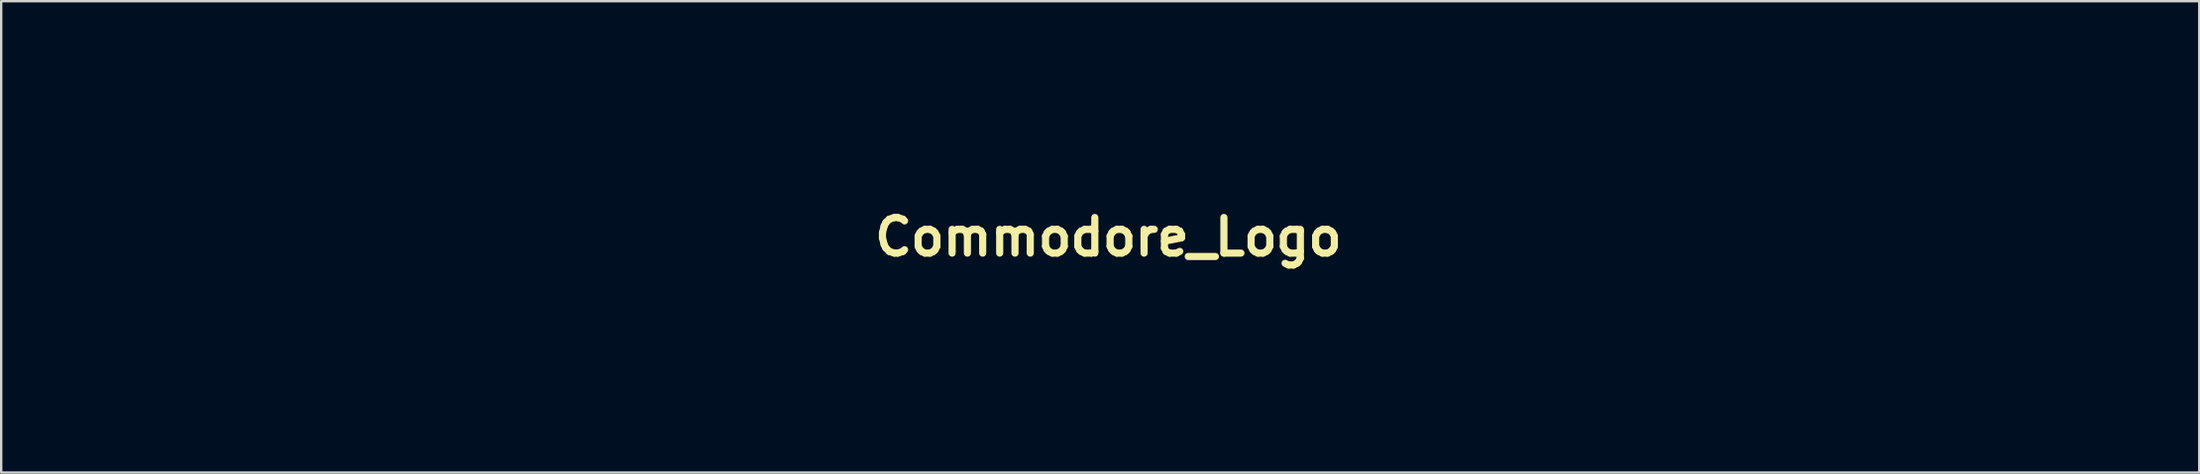
<source format=kicad_pcb>
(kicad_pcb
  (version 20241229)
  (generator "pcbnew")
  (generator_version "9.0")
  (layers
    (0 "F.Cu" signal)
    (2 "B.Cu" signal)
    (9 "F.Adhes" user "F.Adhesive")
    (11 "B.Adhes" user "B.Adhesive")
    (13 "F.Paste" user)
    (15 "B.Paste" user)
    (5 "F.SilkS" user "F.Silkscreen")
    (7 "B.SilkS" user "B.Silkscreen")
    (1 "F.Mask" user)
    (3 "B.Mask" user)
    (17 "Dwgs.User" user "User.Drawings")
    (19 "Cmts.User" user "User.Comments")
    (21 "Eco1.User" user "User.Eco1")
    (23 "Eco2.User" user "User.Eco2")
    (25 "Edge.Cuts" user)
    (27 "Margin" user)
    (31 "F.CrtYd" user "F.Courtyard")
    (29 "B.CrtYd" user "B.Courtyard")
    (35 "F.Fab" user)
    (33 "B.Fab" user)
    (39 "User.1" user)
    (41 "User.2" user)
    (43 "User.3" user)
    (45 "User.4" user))
  (footprint "Commodore_Logo"
    (layer "F.Cu")
    (at 43.557 6.93)
    (property "Reference" "Commodore_Logo" (at 0 0 0) (layer "F.SilkS") (effects (font (size 1.5 1.5) (thickness 0.3))))
    (attr board_only exclude_from_pos_files exclude_from_bom)
    (fp_poly (pts (xy -42.911 3.446) (xy -42.933 3.468) (xy -42.955 3.446) (xy -42.933 3.424)) (stroke (width 0) (type solid)) (fill yes) (layer "F.Mask"))
    (fp_poly (pts (xy -42.695 4.139) (xy -42.716 4.161) (xy -42.738 4.139) (xy -42.716 4.118)) (stroke (width 0) (type solid)) (fill yes) (layer "F.Mask"))
    (fp_poly (pts (xy -41.784 -5.136) (xy -41.806 -5.115) (xy -41.828 -5.136) (xy -41.806 -5.158)) (stroke (width 0) (type solid)) (fill yes) (layer "F.Mask"))
    (fp_poly (pts (xy -41.611 -5.31) (xy -41.633 -5.288) (xy -41.654 -5.31) (xy -41.633 -5.331)) (stroke (width 0) (type solid)) (fill yes) (layer "F.Mask"))
    (fp_poly (pts (xy -41.438 5.483) (xy -41.459 5.505) (xy -41.481 5.483) (xy -41.459 5.461)) (stroke (width 0) (type solid)) (fill yes) (layer "F.Mask"))
    (fp_poly (pts (xy -41.264 -5.743) (xy -41.286 -5.722) (xy -41.308 -5.743) (xy -41.286 -5.765)) (stroke (width 0) (type solid)) (fill yes) (layer "F.Mask"))
    (fp_poly (pts (xy -40.657 -6.09) (xy -40.679 -6.068) (xy -40.701 -6.09) (xy -40.679 -6.112)) (stroke (width 0) (type solid)) (fill yes) (layer "F.Mask"))
    (fp_poly (pts (xy -40.007 1.452) (xy -40.029 1.474) (xy -40.051 1.452) (xy -40.029 1.43)) (stroke (width 0) (type solid)) (fill yes) (layer "F.Mask"))
    (fp_poly (pts (xy -39.704 -1.972) (xy -39.725 -1.951) (xy -39.747 -1.972) (xy -39.725 -1.994)) (stroke (width 0) (type solid)) (fill yes) (layer "F.Mask"))
    (fp_poly (pts (xy -39.184 -2.492) (xy -39.205 -2.471) (xy -39.227 -2.492) (xy -39.205 -2.514)) (stroke (width 0) (type solid)) (fill yes) (layer "F.Mask"))
    (fp_poly (pts (xy -38.577 -2.926) (xy -38.598 -2.904) (xy -38.62 -2.926) (xy -38.598 -2.947)) (stroke (width 0) (type solid)) (fill yes) (layer "F.Mask"))
    (fp_poly (pts (xy -38.273 2.969) (xy -38.295 2.991) (xy -38.317 2.969) (xy -38.295 2.947)) (stroke (width 0) (type solid)) (fill yes) (layer "F.Mask"))
    (fp_poly (pts (xy -37.19 3.056) (xy -37.211 3.077) (xy -37.233 3.056) (xy -37.211 3.034)) (stroke (width 0) (type solid)) (fill yes) (layer "F.Mask"))
    (fp_poly (pts (xy -36.41 -2.449) (xy -36.431 -2.427) (xy -36.453 -2.449) (xy -36.431 -2.471)) (stroke (width 0) (type solid)) (fill yes) (layer "F.Mask"))
    (fp_poly (pts (xy -36.323 -2.492) (xy -36.345 -2.471) (xy -36.366 -2.492) (xy -36.345 -2.514)) (stroke (width 0) (type solid)) (fill yes) (layer "F.Mask"))
    (fp_poly (pts (xy -36.323 2.579) (xy -36.345 2.601) (xy -36.366 2.579) (xy -36.345 2.557)) (stroke (width 0) (type solid)) (fill yes) (layer "F.Mask"))
    (fp_poly (pts (xy -36.149 -0.022) (xy -36.171 0) (xy -36.193 -0.022) (xy -36.171 -0.043)) (stroke (width 0) (type solid)) (fill yes) (layer "F.Mask"))
    (fp_poly (pts (xy -35.976 -0.065) (xy -35.998 -0.043) (xy -36.019 -0.065) (xy -35.998 -0.087)) (stroke (width 0) (type solid)) (fill yes) (layer "F.Mask"))
    (fp_poly (pts (xy -35.846 -6.48) (xy -35.868 -6.458) (xy -35.889 -6.48) (xy -35.868 -6.502)) (stroke (width 0) (type solid)) (fill yes) (layer "F.Mask"))
    (fp_poly (pts (xy -35.846 0.108) (xy -35.868 0.13) (xy -35.889 0.108) (xy -35.868 0.087)) (stroke (width 0) (type solid)) (fill yes) (layer "F.Mask"))
    (fp_poly (pts (xy -33.029 0.152) (xy -33.05 0.173) (xy -33.072 0.152) (xy -33.05 0.13)) (stroke (width 0) (type solid)) (fill yes) (layer "F.Mask"))
    (fp_poly (pts (xy -32.812 0.282) (xy -32.834 0.303) (xy -32.855 0.282) (xy -32.834 0.26)) (stroke (width 0) (type solid)) (fill yes) (layer "F.Mask"))
    (fp_poly (pts (xy -32.509 0.455) (xy -32.53 0.477) (xy -32.552 0.455) (xy -32.53 0.433)) (stroke (width 0) (type solid)) (fill yes) (layer "F.Mask"))
    (fp_poly (pts (xy -32.422 0.759) (xy -32.444 0.78) (xy -32.465 0.759) (xy -32.444 0.737)) (stroke (width 0) (type solid)) (fill yes) (layer "F.Mask"))
    (fp_poly (pts (xy -31.598 1.799) (xy -31.62 1.82) (xy -31.642 1.799) (xy -31.62 1.777)) (stroke (width 0) (type solid)) (fill yes) (layer "F.Mask"))
    (fp_poly (pts (xy -31.555 1.885) (xy -31.577 1.907) (xy -31.598 1.885) (xy -31.577 1.864)) (stroke (width 0) (type solid)) (fill yes) (layer "F.Mask"))
    (fp_poly (pts (xy -31.208 2.969) (xy -31.23 2.991) (xy -31.252 2.969) (xy -31.23 2.947)) (stroke (width 0) (type solid)) (fill yes) (layer "F.Mask"))
    (fp_poly (pts (xy -31.078 2.882) (xy -31.1 2.904) (xy -31.122 2.882) (xy -31.1 2.861)) (stroke (width 0) (type solid)) (fill yes) (layer "F.Mask"))
    (fp_poly (pts (xy -28.694 1.409) (xy -28.716 1.43) (xy -28.738 1.409) (xy -28.716 1.387)) (stroke (width 0) (type solid)) (fill yes) (layer "F.Mask"))
    (fp_poly (pts (xy -28.651 -1.669) (xy -28.673 -1.647) (xy -28.694 -1.669) (xy -28.673 -1.69)) (stroke (width 0) (type solid)) (fill yes) (layer "F.Mask"))
    (fp_poly (pts (xy -28.477 2.232) (xy -28.499 2.254) (xy -28.521 2.232) (xy -28.499 2.211)) (stroke (width 0) (type solid)) (fill yes) (layer "F.Mask"))
    (fp_poly (pts (xy -28.131 2.579) (xy -28.152 2.601) (xy -28.174 2.579) (xy -28.152 2.557)) (stroke (width 0) (type solid)) (fill yes) (layer "F.Mask"))
    (fp_poly (pts (xy -28.087 -2.622) (xy -28.109 -2.601) (xy -28.131 -2.622) (xy -28.109 -2.644)) (stroke (width 0) (type solid)) (fill yes) (layer "F.Mask"))
    (fp_poly (pts (xy -22.713 -2.666) (xy -22.734 -2.644) (xy -22.756 -2.666) (xy -22.734 -2.687)) (stroke (width 0) (type solid)) (fill yes) (layer "F.Mask"))
    (fp_poly (pts (xy -22.713 2.752) (xy -22.734 2.774) (xy -22.756 2.752) (xy -22.734 2.731)) (stroke (width 0) (type solid)) (fill yes) (layer "F.Mask"))
    (fp_poly (pts (xy -22.669 2.536) (xy -22.691 2.557) (xy -22.713 2.536) (xy -22.691 2.514)) (stroke (width 0) (type solid)) (fill yes) (layer "F.Mask"))
    (fp_poly (pts (xy -22.149 -1.669) (xy -22.171 -1.647) (xy -22.192 -1.669) (xy -22.171 -1.69)) (stroke (width 0) (type solid)) (fill yes) (layer "F.Mask"))
    (fp_poly (pts (xy -22.149 0.672) (xy -22.171 0.694) (xy -22.192 0.672) (xy -22.171 0.65)) (stroke (width 0) (type solid)) (fill yes) (layer "F.Mask"))
    (fp_poly (pts (xy -21.196 -2.406) (xy -21.217 -2.384) (xy -21.239 -2.406) (xy -21.217 -2.427)) (stroke (width 0) (type solid)) (fill yes) (layer "F.Mask"))
    (fp_poly (pts (xy -21.152 -2.709) (xy -21.174 -2.687) (xy -21.196 -2.709) (xy -21.174 -2.731)) (stroke (width 0) (type solid)) (fill yes) (layer "F.Mask"))
    (fp_poly (pts (xy -19.592 -0.672) (xy -19.613 -0.65) (xy -19.635 -0.672) (xy -19.613 -0.694)) (stroke (width 0) (type solid)) (fill yes) (layer "F.Mask"))
    (fp_poly (pts (xy -17.425 1.192) (xy -17.446 1.214) (xy -17.468 1.192) (xy -17.446 1.17)) (stroke (width 0) (type solid)) (fill yes) (layer "F.Mask"))
    (fp_poly (pts (xy -15.691 2.752) (xy -15.712 2.774) (xy -15.734 2.752) (xy -15.712 2.731)) (stroke (width 0) (type solid)) (fill yes) (layer "F.Mask"))
    (fp_poly (pts (xy -15.474 -2.622) (xy -15.496 -2.601) (xy -15.517 -2.622) (xy -15.496 -2.644)) (stroke (width 0) (type solid)) (fill yes) (layer "F.Mask"))
    (fp_poly (pts (xy -15.214 -2.362) (xy -15.236 -2.341) (xy -15.257 -2.362) (xy -15.236 -2.384)) (stroke (width 0) (type solid)) (fill yes) (layer "F.Mask"))
    (fp_poly (pts (xy -15.127 2.276) (xy -15.149 2.297) (xy -15.171 2.276) (xy -15.149 2.254)) (stroke (width 0) (type solid)) (fill yes) (layer "F.Mask"))
    (fp_poly (pts (xy -13.957 2.926) (xy -13.979 2.947) (xy -14 2.926) (xy -13.979 2.904)) (stroke (width 0) (type solid)) (fill yes) (layer "F.Mask"))
    (fp_poly (pts (xy -12.31 -2.492) (xy -12.332 -2.471) (xy -12.353 -2.492) (xy -12.332 -2.514)) (stroke (width 0) (type solid)) (fill yes) (layer "F.Mask"))
    (fp_poly (pts (xy -9.492 2.969) (xy -9.514 2.991) (xy -9.536 2.969) (xy -9.514 2.947)) (stroke (width 0) (type solid)) (fill yes) (layer "F.Mask"))
    (fp_poly (pts (xy -8.712 -2.536) (xy -8.734 -2.514) (xy -8.756 -2.536) (xy -8.734 -2.557)) (stroke (width 0) (type solid)) (fill yes) (layer "F.Mask"))
    (fp_poly (pts (xy -8.019 -2.492) (xy -8.04 -2.471) (xy -8.062 -2.492) (xy -8.04 -2.514)) (stroke (width 0) (type solid)) (fill yes) (layer "F.Mask"))
    (fp_poly (pts (xy -7.845 -2.666) (xy -7.867 -2.644) (xy -7.889 -2.666) (xy -7.867 -2.687)) (stroke (width 0) (type solid)) (fill yes) (layer "F.Mask"))
    (fp_poly (pts (xy -7.802 -0.715) (xy -7.824 -0.694) (xy -7.845 -0.715) (xy -7.824 -0.737)) (stroke (width 0) (type solid)) (fill yes) (layer "F.Mask"))
    (fp_poly (pts (xy -4.378 -2.622) (xy -4.399 -2.601) (xy -4.421 -2.622) (xy -4.399 -2.644)) (stroke (width 0) (type solid)) (fill yes) (layer "F.Mask"))
    (fp_poly (pts (xy -3.684 2.796) (xy -3.706 2.817) (xy -3.728 2.796) (xy -3.706 2.774)) (stroke (width 0) (type solid)) (fill yes) (layer "F.Mask"))
    (fp_poly (pts (xy -1.257 -2.796) (xy -1.279 -2.774) (xy -1.3 -2.796) (xy -1.279 -2.817)) (stroke (width 0) (type solid)) (fill yes) (layer "F.Mask"))
    (fp_poly (pts (xy -1.17 -2.752) (xy -1.192 -2.731) (xy -1.214 -2.752) (xy -1.192 -2.774)) (stroke (width 0) (type solid)) (fill yes) (layer "F.Mask"))
    (fp_poly (pts (xy 1.214 -0.715) (xy 1.192 -0.694) (xy 1.17 -0.715) (xy 1.192 -0.737)) (stroke (width 0) (type solid)) (fill yes) (layer "F.Mask"))
    (fp_poly (pts (xy 2.384 -2.709) (xy 2.362 -2.687) (xy 2.341 -2.709) (xy 2.362 -2.731)) (stroke (width 0) (type solid)) (fill yes) (layer "F.Mask"))
    (fp_poly (pts (xy 2.471 -2.622) (xy 2.449 -2.601) (xy 2.427 -2.622) (xy 2.449 -2.644)) (stroke (width 0) (type solid)) (fill yes) (layer "F.Mask"))
    (fp_poly (pts (xy 2.557 -2.622) (xy 2.536 -2.601) (xy 2.514 -2.622) (xy 2.536 -2.644)) (stroke (width 0) (type solid)) (fill yes) (layer "F.Mask"))
    (fp_poly (pts (xy 2.644 -2.536) (xy 2.622 -2.514) (xy 2.601 -2.536) (xy 2.622 -2.557)) (stroke (width 0) (type solid)) (fill yes) (layer "F.Mask"))
    (fp_poly (pts (xy 3.468 -0.715) (xy 3.446 -0.694) (xy 3.424 -0.715) (xy 3.446 -0.737)) (stroke (width 0) (type solid)) (fill yes) (layer "F.Mask"))
    (fp_poly (pts (xy 3.771 -1.062) (xy 3.749 -1.04) (xy 3.728 -1.062) (xy 3.749 -1.084)) (stroke (width 0) (type solid)) (fill yes) (layer "F.Mask"))
    (fp_poly (pts (xy 3.901 -2.926) (xy 3.879 -2.904) (xy 3.858 -2.926) (xy 3.879 -2.947)) (stroke (width 0) (type solid)) (fill yes) (layer "F.Mask"))
    (fp_poly (pts (xy 3.988 -2.969) (xy 3.966 -2.947) (xy 3.944 -2.969) (xy 3.966 -2.991)) (stroke (width 0) (type solid)) (fill yes) (layer "F.Mask"))
    (fp_poly (pts (xy 7.195 3.012) (xy 7.174 3.034) (xy 7.152 3.012) (xy 7.174 2.991)) (stroke (width 0) (type solid)) (fill yes) (layer "F.Mask"))
    (fp_poly (pts (xy 7.369 2.926) (xy 7.347 2.947) (xy 7.325 2.926) (xy 7.347 2.904)) (stroke (width 0) (type solid)) (fill yes) (layer "F.Mask"))
    (fp_poly (pts (xy 7.369 3.056) (xy 7.347 3.077) (xy 7.325 3.056) (xy 7.347 3.034)) (stroke (width 0) (type solid)) (fill yes) (layer "F.Mask"))
    (fp_poly (pts (xy 8.669 -2.536) (xy 8.647 -2.514) (xy 8.626 -2.536) (xy 8.647 -2.557)) (stroke (width 0) (type solid)) (fill yes) (layer "F.Mask"))
    (fp_poly (pts (xy 12.05 1.235) (xy 12.028 1.257) (xy 12.006 1.235) (xy 12.028 1.214)) (stroke (width 0) (type solid)) (fill yes) (layer "F.Mask"))
    (fp_poly (pts (xy 12.743 -0.975) (xy 12.722 -0.954) (xy 12.7 -0.975) (xy 12.722 -0.997)) (stroke (width 0) (type solid)) (fill yes) (layer "F.Mask"))
    (fp_poly (pts (xy 12.743 0.932) (xy 12.722 0.954) (xy 12.7 0.932) (xy 12.722 0.91)) (stroke (width 0) (type solid)) (fill yes) (layer "F.Mask"))
    (fp_poly (pts (xy 12.787 -0.845) (xy 12.765 -0.824) (xy 12.743 -0.845) (xy 12.765 -0.867)) (stroke (width 0) (type solid)) (fill yes) (layer "F.Mask"))
    (fp_poly (pts (xy 13.567 -3.012) (xy 13.545 -2.991) (xy 13.524 -3.012) (xy 13.545 -3.034)) (stroke (width 0) (type solid)) (fill yes) (layer "F.Mask"))
    (fp_poly (pts (xy 14.217 2.796) (xy 14.195 2.817) (xy 14.174 2.796) (xy 14.195 2.774)) (stroke (width 0) (type solid)) (fill yes) (layer "F.Mask"))
    (fp_poly (pts (xy 14.347 2.536) (xy 14.325 2.557) (xy 14.304 2.536) (xy 14.325 2.514)) (stroke (width 0) (type solid)) (fill yes) (layer "F.Mask"))
    (fp_poly (pts (xy 14.39 -2.536) (xy 14.369 -2.514) (xy 14.347 -2.536) (xy 14.369 -2.557)) (stroke (width 0) (type solid)) (fill yes) (layer "F.Mask"))
    (fp_poly (pts (xy 15.691 2.232) (xy 15.669 2.254) (xy 15.647 2.232) (xy 15.669 2.211)) (stroke (width 0) (type solid)) (fill yes) (layer "F.Mask"))
    (fp_poly (pts (xy 16.038 2.666) (xy 16.016 2.687) (xy 15.994 2.666) (xy 16.016 2.644)) (stroke (width 0) (type solid)) (fill yes) (layer "F.Mask"))
    (fp_poly (pts (xy 16.211 2.752) (xy 16.189 2.774) (xy 16.168 2.752) (xy 16.189 2.731)) (stroke (width 0) (type solid)) (fill yes) (layer "F.Mask"))
    (fp_poly (pts (xy 16.644 -2.926) (xy 16.623 -2.904) (xy 16.601 -2.926) (xy 16.623 -2.947)) (stroke (width 0) (type solid)) (fill yes) (layer "F.Mask"))
    (fp_poly (pts (xy 17.771 -1.105) (xy 17.75 -1.084) (xy 17.728 -1.105) (xy 17.75 -1.127)) (stroke (width 0) (type solid)) (fill yes) (layer "F.Mask"))
    (fp_poly (pts (xy 19.332 -1.192) (xy 19.31 -1.17) (xy 19.288 -1.192) (xy 19.31 -1.214)) (stroke (width 0) (type solid)) (fill yes) (layer "F.Mask"))
    (fp_poly (pts (xy 19.939 2.752) (xy 19.917 2.774) (xy 19.895 2.752) (xy 19.917 2.731)) (stroke (width 0) (type solid)) (fill yes) (layer "F.Mask"))
    (fp_poly (pts (xy 20.199 -0.672) (xy 20.177 -0.65) (xy 20.155 -0.672) (xy 20.177 -0.694)) (stroke (width 0) (type solid)) (fill yes) (layer "F.Mask"))
    (fp_poly (pts (xy 20.199 2.622) (xy 20.177 2.644) (xy 20.155 2.622) (xy 20.177 2.601)) (stroke (width 0) (type solid)) (fill yes) (layer "F.Mask"))
    (fp_poly (pts (xy 22.236 2.752) (xy 22.214 2.774) (xy 22.192 2.752) (xy 22.214 2.731)) (stroke (width 0) (type solid)) (fill yes) (layer "F.Mask"))
    (fp_poly (pts (xy 22.279 -5.093) (xy 22.258 -5.071) (xy 22.236 -5.093) (xy 22.258 -5.115)) (stroke (width 0) (type solid)) (fill yes) (layer "F.Mask"))
    (fp_poly (pts (xy 23.189 -2.276) (xy 23.168 -2.254) (xy 23.146 -2.276) (xy 23.168 -2.297)) (stroke (width 0) (type solid)) (fill yes) (layer "F.Mask"))
    (fp_poly (pts (xy 23.406 -2.492) (xy 23.384 -2.471) (xy 23.363 -2.492) (xy 23.384 -2.514)) (stroke (width 0) (type solid)) (fill yes) (layer "F.Mask"))
    (fp_poly (pts (xy 23.536 2.622) (xy 23.515 2.644) (xy 23.493 2.622) (xy 23.515 2.601)) (stroke (width 0) (type solid)) (fill yes) (layer "F.Mask"))
    (fp_poly (pts (xy 25.14 -1.062) (xy 25.118 -1.04) (xy 25.097 -1.062) (xy 25.118 -1.084)) (stroke (width 0) (type solid)) (fill yes) (layer "F.Mask"))
    (fp_poly (pts (xy 25.4 -1.062) (xy 25.378 -1.04) (xy 25.357 -1.062) (xy 25.378 -1.084)) (stroke (width 0) (type solid)) (fill yes) (layer "F.Mask"))
    (fp_poly (pts (xy 27.524 0.932) (xy 27.502 0.954) (xy 27.481 0.932) (xy 27.502 0.91)) (stroke (width 0) (type solid)) (fill yes) (layer "F.Mask"))
    (fp_poly (pts (xy 28.738 2.796) (xy 28.716 2.817) (xy 28.694 2.796) (xy 28.716 2.774)) (stroke (width 0) (type solid)) (fill yes) (layer "F.Mask"))
    (fp_poly (pts (xy 29.474 2.059) (xy 29.453 2.081) (xy 29.431 2.059) (xy 29.453 2.037)) (stroke (width 0) (type solid)) (fill yes) (layer "F.Mask"))
    (fp_poly (pts (xy 29.561 1.972) (xy 29.539 1.994) (xy 29.518 1.972) (xy 29.539 1.951)) (stroke (width 0) (type solid)) (fill yes) (layer "F.Mask"))
    (fp_poly (pts (xy 30.211 2.492) (xy 30.19 2.514) (xy 30.168 2.492) (xy 30.19 2.471)) (stroke (width 0) (type solid)) (fill yes) (layer "F.Mask"))
    (fp_poly (pts (xy 31.815 3.012) (xy 31.793 3.034) (xy 31.772 3.012) (xy 31.793 2.991)) (stroke (width 0) (type solid)) (fill yes) (layer "F.Mask"))
    (fp_poly (pts (xy 31.902 2.969) (xy 31.88 2.991) (xy 31.858 2.969) (xy 31.88 2.947)) (stroke (width 0) (type solid)) (fill yes) (layer "F.Mask"))
    (fp_poly (pts (xy 31.945 -2.882) (xy 31.923 -2.861) (xy 31.902 -2.882) (xy 31.923 -2.904)) (stroke (width 0) (type solid)) (fill yes) (layer "F.Mask"))
    (fp_poly (pts (xy 32.335 -2.536) (xy 32.313 -2.514) (xy 32.292 -2.536) (xy 32.313 -2.557)) (stroke (width 0) (type solid)) (fill yes) (layer "F.Mask"))
    (fp_poly (pts (xy 34.112 -0.672) (xy 34.091 -0.65) (xy 34.069 -0.672) (xy 34.091 -0.694)) (stroke (width 0) (type solid)) (fill yes) (layer "F.Mask"))
    (fp_poly (pts (xy 34.719 -3.012) (xy 34.697 -2.991) (xy 34.676 -3.012) (xy 34.697 -3.034)) (stroke (width 0) (type solid)) (fill yes) (layer "F.Mask"))
    (fp_poly (pts (xy 36.366 -1.972) (xy 36.345 -1.951) (xy 36.323 -1.972) (xy 36.345 -1.994)) (stroke (width 0) (type solid)) (fill yes) (layer "F.Mask"))
    (fp_poly (pts (xy 36.8 -2.579) (xy 36.778 -2.557) (xy 36.756 -2.579) (xy 36.778 -2.601)) (stroke (width 0) (type solid)) (fill yes) (layer "F.Mask"))
    (fp_poly (pts (xy 36.843 2.752) (xy 36.821 2.774) (xy 36.8 2.752) (xy 36.821 2.731)) (stroke (width 0) (type solid)) (fill yes) (layer "F.Mask"))
    (fp_poly (pts (xy 38.317 0.498) (xy 38.295 0.52) (xy 38.273 0.498) (xy 38.295 0.477)) (stroke (width 0) (type solid)) (fill yes) (layer "F.Mask"))
    (fp_poly (pts (xy 40.527 1.279) (xy 40.506 1.3) (xy 40.484 1.279) (xy 40.506 1.257)) (stroke (width 0) (type solid)) (fill yes) (layer "F.Mask"))
    (fp_poly (pts (xy 40.657 1.235) (xy 40.636 1.257) (xy 40.614 1.235) (xy 40.636 1.214)) (stroke (width 0) (type solid)) (fill yes) (layer "F.Mask"))
    (fp_poly (pts (xy 42.001 2.666) (xy 41.979 2.687) (xy 41.958 2.666) (xy 41.979 2.644)) (stroke (width 0) (type solid)) (fill yes) (layer "F.Mask"))
    (fp_poly (pts (xy 42.521 0.975) (xy 42.499 0.997) (xy 42.478 0.975) (xy 42.499 0.954)) (stroke (width 0) (type solid)) (fill yes) (layer "F.Mask"))
    (fp_poly (pts (xy 42.695 1.149) (xy 42.673 1.17) (xy 42.651 1.149) (xy 42.673 1.127)) (stroke (width 0) (type solid)) (fill yes) (layer "F.Mask"))
    (fp_poly (pts (xy 42.868 0.108) (xy 42.846 0.13) (xy 42.825 0.108) (xy 42.846 0.087)) (stroke (width 0) (type solid)) (fill yes) (layer "F.Mask"))
    (fp_poly (pts (xy -15.402 2.572) (xy -15.408 2.598) (xy -15.431 2.601) (xy -15.466 2.585) (xy -15.46 2.572) (xy -15.408 2.567)) (stroke (width 0) (type solid)) (fill yes) (layer "F.Mask"))
    (fp_poly (pts (xy -8.207 -2.283) (xy -8.213 -2.257) (xy -8.235 -2.254) (xy -8.271 -2.27) (xy -8.264 -2.283) (xy -8.213 -2.288)) (stroke (width 0) (type solid)) (fill yes) (layer "F.Mask"))
    (fp_poly (pts (xy 12.556 -1.156) (xy 12.55 -1.13) (xy 12.527 -1.127) (xy 12.491 -1.143) (xy 12.498 -1.156) (xy 12.549 -1.161)) (stroke (width 0) (type solid)) (fill yes) (layer "F.Mask"))
    (fp_poly (pts (xy 12.816 -0.766) (xy 12.821 -0.714) (xy 12.816 -0.708) (xy 12.79 -0.714) (xy 12.787 -0.737) (xy 12.803 -0.773)) (stroke (width 0) (type solid)) (fill yes) (layer "F.Mask"))
    (fp_poly (pts (xy 37.219 -2.846) (xy 37.213 -2.821) (xy 37.19 -2.817) (xy 37.154 -2.833) (xy 37.161 -2.846) (xy 37.212 -2.851)) (stroke (width 0) (type solid)) (fill yes) (layer "F.Mask"))
    (fp_poly (pts (xy 42.117 2.528) (xy 42.122 2.58) (xy 42.117 2.586) (xy 42.091 2.58) (xy 42.088 2.557) (xy 42.104 2.522)) (stroke (width 0) (type solid)) (fill yes) (layer "F.Mask"))
    (fp_poly (pts (xy -42.224 -4.794) (xy -42.178 -4.753) (xy -42.174 -4.744) (xy -42.195 -4.726) (xy -42.238 -4.766) (xy -42.244 -4.775) (xy -42.249 -4.804)) (stroke (width 0) (type solid)) (fill yes) (layer "F.Mask"))
    (fp_poly (pts (xy -10.453 -1.109) (xy -10.406 -1.066) (xy -10.416 -1.041) (xy -10.422 -1.04) (xy -10.459 -1.071) (xy -10.472 -1.09) (xy -10.477 -1.12)) (stroke (width 0) (type solid)) (fill yes) (layer "F.Mask"))
    (fp_poly (pts (xy 33.889 -1.109) (xy 33.935 -1.069) (xy 33.939 -1.059) (xy 33.918 -1.042) (xy 33.876 -1.081) (xy 33.87 -1.09) (xy 33.865 -1.12)) (stroke (width 0) (type solid)) (fill yes) (layer "F.Mask"))
    (fp_poly (pts (xy -26.541 -0.926) (xy -26.549 -0.91) (xy -26.589 -0.869) (xy -26.597 -0.867) (xy -26.6 -0.895) (xy -26.592 -0.91) (xy -26.551 -0.952) (xy -26.544 -0.954)) (stroke (width 0) (type solid)) (fill yes) (layer "F.Mask"))
    (fp_poly (pts (xy -5.995 -1.099) (xy -6.003 -1.084) (xy -6.044 -1.042) (xy -6.052 -1.04) (xy -6.055 -1.068) (xy -6.047 -1.084) (xy -6.006 -1.125) (xy -5.998 -1.127)) (stroke (width 0) (type solid)) (fill yes) (layer "F.Mask"))
    (fp_poly (pts (xy -4.305 -2.529) (xy -4.313 -2.514) (xy -4.354 -2.473) (xy -4.361 -2.471) (xy -4.364 -2.499) (xy -4.356 -2.514) (xy -4.315 -2.555) (xy -4.308 -2.557)) (stroke (width 0) (type solid)) (fill yes) (layer "F.Mask"))
    (fp_poly (pts (xy 34.445 -2.974) (xy 34.697 -2.92) (xy 35.004 -2.821) (xy 35.252 -2.691) (xy 35.448 -2.519) (xy 35.602 -2.297) (xy 35.721 -2.012) (xy 35.812 -1.657) (xy 35.844 -1.485) (xy 35.899 -1.141) (xy 35.927 -0.871) (xy 35.921 -0.669) (xy 35.873 -0.525) (xy 35.775 -0.43) (xy 35.621 -0.376) (xy 35.403 -0.354) (xy 35.114 -0.355) (xy 34.892 -0.363) (xy 34.638 -0.374) (xy 34.457 -0.383) (xy 34.337 -0.393) (xy 34.266 -0.407) (xy 34.231 -0.427) (xy 34.219 -0.458) (xy 34.217 -0.5) (xy 34.216 -0.517) (xy 34.196 -0.615) (xy 34.147 -0.756) (xy 34.095 -0.875) (xy 33.971 -1.081) (xy 33.817 -1.217) (xy 33.615 -1.298) (xy 33.452 -1.326) (xy 33.115 -1.335) (xy 32.831 -1.276) (xy 32.598 -1.147) (xy 32.414 -0.947) (xy 32.278 -0.676) (xy 32.248 -0.585) (xy 32.231 -0.486) (xy 32.215 -0.306) (xy 32.199 -0.049) (xy 32.185 0.279) (xy 32.172 0.673) (xy 32.162 1.042) (xy 32.153 1.438) (xy 32.145 1.757) (xy 32.136 2.009) (xy 32.127 2.203) (xy 32.117 2.35) (xy 32.104 2.46) (xy 32.089 2.541) (xy 32.07 2.604) (xy 32.046 2.659) (xy 32.036 2.678) (xy 31.943 2.861) (xy 31.392 2.861) (xy 31.166 2.863) (xy 30.959 2.868) (xy 30.792 2.874) (xy 30.689 2.882) (xy 30.688 2.882) (xy 30.583 2.886) (xy 30.505 2.85) (xy 30.418 2.758) (xy 30.416 2.755) (xy 30.295 2.607) (xy 30.296 -0.007) (xy 30.297 -2.622) (xy 30.424 -2.738) (xy 30.525 -2.81) (xy 30.651 -2.855) (xy 30.834 -2.883) (xy 30.836 -2.884) (xy 31.013 -2.894) (xy 31.228 -2.894) (xy 31.453 -2.884) (xy 31.661 -2.868) (xy 31.822 -2.845) (xy 31.868 -2.834) (xy 31.922 -2.791) (xy 31.972 -2.687) (xy 32.021 -2.514) (xy 32.052 -2.373) (xy 32.083 -2.287) (xy 32.119 -2.254) (xy 32.169 -2.281) (xy 32.264 -2.353) (xy 32.384 -2.456) (xy 32.407 -2.477) (xy 32.738 -2.719) (xy 33.114 -2.891) (xy 33.529 -2.992) (xy 33.975 -3.02)) (stroke (width 0) (type solid)) (fill yes) (layer "F.Mask"))
    (fp_poly (pts (xy 26.83 -3.013) (xy 27.364 -2.969) (xy 27.818 -2.915) (xy 28.196 -2.848) (xy 28.506 -2.767) (xy 28.752 -2.673) (xy 28.854 -2.62) (xy 29.075 -2.446) (xy 29.283 -2.193) (xy 29.469 -1.876) (xy 29.604 -1.606) (xy 29.604 -0.022) (xy 29.604 1.562) (xy 29.464 1.85) (xy 29.265 2.188) (xy 29.028 2.453) (xy 28.741 2.656) (xy 28.393 2.807) (xy 28.304 2.835) (xy 28.091 2.882) (xy 27.799 2.919) (xy 27.438 2.948) (xy 27.016 2.966) (xy 26.542 2.975) (xy 26.022 2.973) (xy 25.467 2.961) (xy 25.053 2.946) (xy 24.726 2.929) (xy 24.466 2.904) (xy 24.256 2.868) (xy 24.076 2.816) (xy 23.909 2.743) (xy 23.736 2.644) (xy 23.666 2.601) (xy 23.489 2.476) (xy 23.339 2.343) (xy 23.215 2.195) (xy 23.115 2.022) (xy 23.036 1.816) (xy 22.976 1.571) (xy 22.934 1.277) (xy 22.906 0.927) (xy 22.892 0.512) (xy 22.89 0.025) (xy 22.89 0.015) (xy 24.614 0.015) (xy 24.71 0.408) (xy 24.77 0.644) (xy 24.818 0.804) (xy 24.859 0.898) (xy 24.896 0.935) (xy 24.926 0.93) (xy 24.958 0.937) (xy 24.957 0.959) (xy 24.985 1.016) (xy 25.077 1.086) (xy 25.212 1.159) (xy 25.371 1.226) (xy 25.532 1.277) (xy 25.66 1.301) (xy 25.865 1.313) (xy 26.133 1.313) (xy 26.439 1.304) (xy 26.76 1.286) (xy 26.903 1.274) (xy 27.145 1.224) (xy 27.37 1.126) (xy 27.552 0.992) (xy 27.63 0.898) (xy 27.692 0.752) (xy 27.738 0.54) (xy 27.765 0.278) (xy 27.773 -0.014) (xy 27.759 -0.318) (xy 27.755 -0.361) (xy 27.733 -0.574) (xy 27.71 -0.722) (xy 27.681 -0.826) (xy 27.639 -0.909) (xy 27.581 -0.987) (xy 27.48 -1.096) (xy 27.378 -1.181) (xy 27.346 -1.2) (xy 27.193 -1.251) (xy 26.973 -1.292) (xy 26.707 -1.322) (xy 26.414 -1.339) (xy 26.115 -1.343) (xy 25.83 -1.332) (xy 25.577 -1.305) (xy 25.558 -1.302) (xy 25.316 -1.248) (xy 25.128 -1.169) (xy 24.984 -1.052) (xy 24.872 -0.884) (xy 24.781 -0.654) (xy 24.705 -0.372) (xy 24.614 0.015) (xy 22.89 0.015) (xy 22.893 -0.39) (xy 22.91 -1.582) (xy 23.049 -1.878) (xy 23.17 -2.091) (xy 23.327 -2.302) (xy 23.504 -2.493) (xy 23.683 -2.647) (xy 23.848 -2.747) (xy 23.908 -2.769) (xy 24.142 -2.82) (xy 24.445 -2.869) (xy 24.797 -2.914) (xy 25.18 -2.953) (xy 25.574 -2.985) (xy 25.961 -3.008) (xy 26.323 -3.02) (xy 26.64 -3.021)) (stroke (width 0) (type solid)) (fill yes) (layer "F.Mask"))
    (fp_poly (pts (xy 12.185 -3.012) (xy 12.741 -2.969) (xy 13.235 -2.893) (xy 13.661 -2.785) (xy 14.016 -2.646) (xy 14.296 -2.477) (xy 14.462 -2.322) (xy 14.56 -2.203) (xy 14.641 -2.087) (xy 14.706 -1.965) (xy 14.757 -1.827) (xy 14.796 -1.664) (xy 14.825 -1.466) (xy 14.844 -1.223) (xy 14.857 -0.926) (xy 14.863 -0.565) (xy 14.866 -0.131) (xy 14.866 0.053) (xy 14.867 1.515) (xy 14.699 1.874) (xy 14.602 2.06) (xy 14.491 2.237) (xy 14.388 2.374) (xy 14.363 2.402) (xy 14.162 2.562) (xy 13.904 2.707) (xy 13.616 2.822) (xy 13.328 2.894) (xy 13.285 2.901) (xy 13.108 2.919) (xy 12.859 2.934) (xy 12.555 2.947) (xy 12.212 2.957) (xy 11.846 2.964) (xy 11.472 2.967) (xy 11.106 2.967) (xy 10.764 2.963) (xy 10.461 2.954) (xy 10.359 2.95) (xy 9.991 2.926) (xy 9.692 2.892) (xy 9.442 2.841) (xy 9.225 2.769) (xy 9.022 2.67) (xy 8.814 2.539) (xy 8.719 2.471) (xy 8.55 2.308) (xy 8.41 2.085) (xy 8.297 1.799) (xy 8.212 1.444) (xy 8.154 1.019) (xy 8.121 0.519) (xy 8.114 0.032) (xy 9.953 0.032) (xy 9.969 0.316) (xy 10.01 0.577) (xy 10.077 0.797) (xy 10.168 0.957) (xy 10.195 0.985) (xy 10.29 1.055) (xy 10.428 1.137) (xy 10.533 1.191) (xy 10.619 1.231) (xy 10.697 1.259) (xy 10.781 1.279) (xy 10.886 1.29) (xy 11.027 1.295) (xy 11.221 1.295) (xy 11.481 1.292) (xy 11.573 1.29) (xy 11.86 1.285) (xy 12.076 1.278) (xy 12.233 1.268) (xy 12.348 1.254) (xy 12.435 1.233) (xy 12.508 1.205) (xy 12.559 1.179) (xy 12.744 1.048) (xy 12.882 0.87) (xy 12.978 0.636) (xy 13.034 0.339) (xy 13.054 -0.03) (xy 13.054 -0.035) (xy 13.044 -0.362) (xy 13.007 -0.621) (xy 12.939 -0.828) (xy 12.842 -0.991) (xy 12.769 -1.079) (xy 12.691 -1.148) (xy 12.598 -1.199) (xy 12.476 -1.234) (xy 12.315 -1.258) (xy 12.102 -1.271) (xy 11.825 -1.277) (xy 11.508 -1.279) (xy 11.157 -1.277) (xy 10.881 -1.269) (xy 10.668 -1.252) (xy 10.507 -1.224) (xy 10.386 -1.182) (xy 10.293 -1.122) (xy 10.216 -1.043) (xy 10.157 -0.962) (xy 10.065 -0.772) (xy 10.001 -0.531) (xy 9.964 -0.257) (xy 9.953 0.032) (xy 8.114 0.032) (xy 8.113 -0.058) (xy 8.118 -0.39) (xy 8.135 -0.835) (xy 8.164 -1.204) (xy 8.207 -1.511) (xy 8.267 -1.765) (xy 8.349 -1.979) (xy 8.454 -2.165) (xy 8.586 -2.333) (xy 8.664 -2.415) (xy 8.811 -2.546) (xy 8.975 -2.654) (xy 9.166 -2.744) (xy 9.394 -2.817) (xy 9.669 -2.876) (xy 10 -2.924) (xy 10.397 -2.964) (xy 10.871 -2.997) (xy 10.898 -2.998) (xy 11.569 -3.022)) (stroke (width 0) (type solid)) (fill yes) (layer "F.Mask"))
    (fp_poly (pts (xy -25.495 -3.009) (xy -25.094 -2.999) (xy -24.696 -2.982) (xy -24.317 -2.957) (xy -23.974 -2.925) (xy -23.683 -2.886) (xy -23.461 -2.842) (xy -23.454 -2.84) (xy -23.141 -2.716) (xy -22.851 -2.523) (xy -22.604 -2.278) (xy -22.418 -1.996) (xy -22.388 -1.934) (xy -22.33 -1.795) (xy -22.288 -1.669) (xy -22.254 -1.53) (xy -22.225 -1.355) (xy -22.194 -1.12) (xy -22.192 -1.107) (xy -22.149 -0.763) (xy -22.288 -0.62) (xy -22.426 -0.477) (xy -23.043 -0.477) (xy -23.344 -0.48) (xy -23.573 -0.493) (xy -23.744 -0.521) (xy -23.872 -0.57) (xy -23.972 -0.646) (xy -24.058 -0.754) (xy -24.143 -0.898) (xy -24.219 -1.016) (xy -24.307 -1.108) (xy -24.421 -1.176) (xy -24.571 -1.224) (xy -24.77 -1.257) (xy -25.03 -1.278) (xy -25.363 -1.29) (xy -25.411 -1.292) (xy -25.688 -1.298) (xy -25.893 -1.3) (xy -26.042 -1.298) (xy -26.151 -1.288) (xy -26.236 -1.271) (xy -26.311 -1.244) (xy -26.392 -1.206) (xy -26.408 -1.198) (xy -26.593 -1.081) (xy -26.73 -0.929) (xy -26.83 -0.726) (xy -26.903 -0.462) (xy -26.938 -0.214) (xy -26.949 0.057) (xy -26.936 0.323) (xy -26.9 0.555) (xy -26.858 0.695) (xy -26.724 0.909) (xy -26.52 1.095) (xy -26.376 1.184) (xy -26.302 1.219) (xy -26.218 1.244) (xy -26.109 1.263) (xy -25.961 1.277) (xy -25.758 1.288) (xy -25.486 1.298) (xy -25.445 1.299) (xy -24.688 1.322) (xy -24.5 1.197) (xy -24.36 1.086) (xy -24.219 0.944) (xy -24.162 0.876) (xy -24.063 0.756) (xy -23.973 0.659) (xy -23.93 0.622) (xy -23.848 0.594) (xy -23.7 0.569) (xy -23.506 0.548) (xy -23.285 0.533) (xy -23.058 0.525) (xy -22.844 0.524) (xy -22.664 0.533) (xy -22.619 0.538) (xy -22.422 0.582) (xy -22.287 0.652) (xy -22.279 0.66) (xy -22.231 0.711) (xy -22.204 0.77) (xy -22.196 0.857) (xy -22.202 0.995) (xy -22.21 1.099) (xy -22.26 1.445) (xy -22.348 1.773) (xy -22.466 2.064) (xy -22.608 2.301) (xy -22.733 2.438) (xy -22.899 2.554) (xy -23.121 2.67) (xy -23.372 2.774) (xy -23.621 2.856) (xy -23.84 2.901) (xy -24.056 2.922) (xy -24.341 2.938) (xy -24.677 2.951) (xy -25.046 2.96) (xy -25.429 2.965) (xy -25.81 2.965) (xy -26.17 2.96) (xy -26.492 2.95) (xy -26.578 2.946) (xy -26.845 2.93) (xy -27.046 2.914) (xy -27.199 2.895) (xy -27.324 2.868) (xy -27.441 2.83) (xy -27.566 2.78) (xy -27.853 2.641) (xy -28.09 2.48) (xy -28.282 2.288) (xy -28.434 2.056) (xy -28.552 1.774) (xy -28.641 1.433) (xy -28.706 1.023) (xy -28.744 0.645) (xy -28.765 0.232) (xy -28.765 -0.201) (xy -28.746 -0.631) (xy -28.709 -1.035) (xy -28.655 -1.39) (xy -28.613 -1.582) (xy -28.515 -1.899) (xy -28.395 -2.16) (xy -28.245 -2.373) (xy -28.054 -2.546) (xy -27.813 -2.684) (xy -27.513 -2.796) (xy -27.143 -2.889) (xy -26.787 -2.955) (xy -26.544 -2.983) (xy -26.236 -3.001) (xy -25.881 -3.01)) (stroke (width 0) (type solid)) (fill yes) (layer "F.Mask"))
    (fp_poly (pts (xy -17.771 -2.991) (xy -17.468 -2.988) (xy -17.225 -2.982) (xy -17.027 -2.972) (xy -16.861 -2.959) (xy -16.713 -2.94) (xy -16.57 -2.916) (xy -16.499 -2.903) (xy -16.093 -2.8) (xy -15.761 -2.664) (xy -15.494 -2.486) (xy -15.282 -2.259) (xy -15.116 -1.972) (xy -14.988 -1.618) (xy -14.944 -1.452) (xy -14.915 -1.323) (xy -14.894 -1.187) (xy -14.878 -1.03) (xy -14.867 -0.838) (xy -14.859 -0.597) (xy -14.854 -0.292) (xy -14.852 -0.065) (xy -14.851 0.27) (xy -14.852 0.534) (xy -14.856 0.742) (xy -14.864 0.909) (xy -14.878 1.051) (xy -14.899 1.183) (xy -14.927 1.319) (xy -14.95 1.421) (xy -15.068 1.821) (xy -15.221 2.146) (xy -15.414 2.404) (xy -15.655 2.605) (xy -15.95 2.755) (xy -16.124 2.815) (xy -16.358 2.867) (xy -16.668 2.91) (xy -17.048 2.942) (xy -17.488 2.963) (xy -17.98 2.973) (xy -18.514 2.972) (xy -19.083 2.959) (xy -19.462 2.945) (xy -19.808 2.925) (xy -20.085 2.897) (xy -20.311 2.856) (xy -20.502 2.799) (xy -20.677 2.722) (xy -20.844 2.625) (xy -20.958 2.565) (xy -21.047 2.537) (xy -21.074 2.541) (xy -21.102 2.544) (xy -21.093 2.524) (xy -21.095 2.462) (xy -21.112 2.447) (xy -21.199 2.36) (xy -21.297 2.207) (xy -21.397 2.009) (xy -21.489 1.785) (xy -21.563 1.553) (xy -21.57 1.525) (xy -21.604 1.39) (xy -21.63 1.264) (xy -21.65 1.133) (xy -21.666 0.982) (xy -21.677 0.8) (xy -21.687 0.571) (xy -21.695 0.282) (xy -21.7 0.033) (xy -19.818 0.033) (xy -19.811 0.365) (xy -19.781 0.625) (xy -19.723 0.824) (xy -19.634 0.976) (xy -19.509 1.092) (xy -19.404 1.156) (xy -19.294 1.204) (xy -19.164 1.24) (xy -19.003 1.265) (xy -18.797 1.28) (xy -18.532 1.287) (xy -18.196 1.287) (xy -18.14 1.286) (xy -17.86 1.283) (xy -17.652 1.278) (xy -17.501 1.27) (xy -17.391 1.257) (xy -17.31 1.237) (xy -17.24 1.208) (xy -17.171 1.171) (xy -16.991 1.027) (xy -16.868 0.867) (xy -16.822 0.785) (xy -16.79 0.706) (xy -16.769 0.612) (xy -16.755 0.487) (xy -16.746 0.312) (xy -16.739 0.07) (xy -16.738 0.043) (xy -16.733 -0.203) (xy -16.733 -0.381) (xy -16.739 -0.508) (xy -16.755 -0.604) (xy -16.782 -0.686) (xy -16.822 -0.773) (xy -16.849 -0.824) (xy -16.961 -1.001) (xy -17.091 -1.123) (xy -17.167 -1.17) (xy -17.235 -1.207) (xy -17.299 -1.234) (xy -17.374 -1.253) (xy -17.473 -1.266) (xy -17.61 -1.274) (xy -17.797 -1.277) (xy -18.049 -1.279) (xy -18.248 -1.279) (xy -18.55 -1.278) (xy -18.78 -1.276) (xy -18.95 -1.27) (xy -19.074 -1.26) (xy -19.167 -1.245) (xy -19.241 -1.222) (xy -19.311 -1.192) (xy -19.332 -1.182) (xy -19.504 -1.07) (xy -19.635 -0.923) (xy -19.727 -0.73) (xy -19.785 -0.481) (xy -19.813 -0.164) (xy -19.818 0.033) (xy -21.7 0.033) (xy -21.702 -0.065) (xy -21.726 -1.235) (xy -21.611 -1.539) (xy -21.488 -1.811) (xy -21.332 -2.075) (xy -21.157 -2.316) (xy -20.972 -2.52) (xy -20.791 -2.672) (xy -20.624 -2.759) (xy -20.599 -2.767) (xy -20.288 -2.836) (xy -19.991 -2.89) (xy -19.691 -2.931) (xy -19.372 -2.96) (xy -19.017 -2.979) (xy -18.608 -2.989) (xy -18.147 -2.992)) (stroke (width 0) (type solid)) (fill yes) (layer "F.Mask"))
    (fp_poly (pts (xy 40.183 -3.011) (xy 40.484 -2.989) (xy 40.765 -2.955) (xy 41.051 -2.908) (xy 41.327 -2.85) (xy 41.572 -2.786) (xy 41.77 -2.721) (xy 41.902 -2.659) (xy 41.914 -2.65) (xy 42.006 -2.567) (xy 42.127 -2.436) (xy 42.259 -2.281) (xy 42.381 -2.124) (xy 42.475 -1.989) (xy 42.503 -1.941) (xy 42.547 -1.821) (xy 42.592 -1.632) (xy 42.637 -1.393) (xy 42.679 -1.121) (xy 42.716 -0.834) (xy 42.746 -0.55) (xy 42.766 -0.288) (xy 42.775 -0.065) (xy 42.77 0.102) (xy 42.764 0.145) (xy 42.752 0.201) (xy 42.734 0.248) (xy 42.704 0.287) (xy 42.653 0.319) (xy 42.577 0.345) (xy 42.467 0.366) (xy 42.316 0.382) (xy 42.118 0.394) (xy 41.867 0.403) (xy 41.554 0.41) (xy 41.173 0.415) (xy 40.717 0.42) (xy 40.344 0.423) (xy 38.232 0.442) (xy 38.144 0.584) (xy 38.079 0.713) (xy 38.063 0.827) (xy 38.098 0.96) (xy 38.146 1.067) (xy 38.268 1.241) (xy 38.448 1.375) (xy 38.691 1.471) (xy 39.003 1.531) (xy 39.386 1.556) (xy 39.718 1.552) (xy 40.027 1.533) (xy 40.268 1.497) (xy 40.461 1.438) (xy 40.625 1.349) (xy 40.779 1.224) (xy 40.807 1.197) (xy 40.968 1.04) (xy 41.625 1.041) (xy 41.949 1.044) (xy 42.196 1.055) (xy 42.376 1.076) (xy 42.5 1.108) (xy 42.578 1.155) (xy 42.62 1.216) (xy 42.627 1.239) (xy 42.635 1.434) (xy 42.577 1.676) (xy 42.472 1.921) (xy 42.411 2.056) (xy 42.375 2.163) (xy 42.372 2.215) (xy 42.364 2.245) (xy 42.34 2.244) (xy 42.295 2.268) (xy 42.289 2.311) (xy 42.284 2.365) (xy 42.271 2.365) (xy 42.225 2.373) (xy 42.14 2.423) (xy 42.113 2.443) (xy 41.905 2.577) (xy 41.647 2.708) (xy 41.375 2.817) (xy 41.308 2.839) (xy 41.228 2.861) (xy 41.133 2.878) (xy 41.013 2.892) (xy 40.857 2.903) (xy 40.656 2.911) (xy 40.399 2.918) (xy 40.075 2.923) (xy 39.675 2.927) (xy 39.66 2.927) (xy 39.303 2.929) (xy 38.96 2.93) (xy 38.644 2.928) (xy 38.369 2.924) (xy 38.148 2.919) (xy 37.993 2.913) (xy 37.948 2.909) (xy 37.563 2.839) (xy 37.216 2.716) (xy 36.924 2.545) (xy 36.843 2.48) (xy 36.715 2.359) (xy 36.614 2.235) (xy 36.528 2.09) (xy 36.447 1.903) (xy 36.358 1.655) (xy 36.341 1.604) (xy 36.304 1.486) (xy 36.274 1.381) (xy 36.252 1.276) (xy 36.236 1.156) (xy 36.224 1.008) (xy 36.216 0.818) (xy 36.21 0.573) (xy 36.204 0.259) (xy 36.202 0.159) (xy 36.197 -0.176) (xy 36.195 -0.44) (xy 36.196 -0.647) (xy 36.201 -0.811) (xy 36.212 -0.947) (xy 36.221 -1.009) (xy 38.103 -1.009) (xy 38.143 -0.846) (xy 38.17 -0.8) (xy 38.24 -0.694) (xy 39.113 -0.697) (xy 39.41 -0.7) (xy 39.706 -0.705) (xy 39.98 -0.712) (xy 40.209 -0.721) (xy 40.367 -0.73) (xy 40.574 -0.751) (xy 40.709 -0.781) (xy 40.787 -0.828) (xy 40.823 -0.9) (xy 40.83 -0.984) (xy 40.789 -1.166) (xy 40.665 -1.329) (xy 40.561 -1.41) (xy 40.398 -1.483) (xy 40.169 -1.538) (xy 39.895 -1.574) (xy 39.595 -1.592) (xy 39.288 -1.591) (xy 38.994 -1.57) (xy 38.733 -1.529) (xy 38.524 -1.468) (xy 38.473 -1.445) (xy 38.27 -1.314) (xy 38.146 -1.167) (xy 38.103 -1.009) (xy 36.221 -1.009) (xy 36.23 -1.071) (xy 36.254 -1.197) (xy 36.287 -1.34) (xy 36.302 -1.401) (xy 36.423 -1.809) (xy 36.575 -2.141) (xy 36.763 -2.406) (xy 36.991 -2.611) (xy 37.18 -2.725) (xy 37.391 -2.807) (xy 37.675 -2.877) (xy 38.018 -2.935) (xy 38.409 -2.98) (xy 38.834 -3.012) (xy 39.28 -3.028) (xy 39.734 -3.028)) (stroke (width 0) (type solid)) (fill yes) (layer "F.Mask"))
    (fp_poly (pts (xy 22.097 -5.093) (xy 22.236 -4.977) (xy 22.236 -1.242) (xy 22.235 -0.577) (xy 22.235 0.008) (xy 22.234 0.516) (xy 22.232 0.954) (xy 22.23 1.326) (xy 22.227 1.638) (xy 22.223 1.896) (xy 22.219 2.105) (xy 22.213 2.27) (xy 22.206 2.396) (xy 22.198 2.489) (xy 22.189 2.555) (xy 22.178 2.598) (xy 22.171 2.616) (xy 22.132 2.71) (xy 22.125 2.77) (xy 22.126 2.771) (xy 22.112 2.804) (xy 22.093 2.808) (xy 22.021 2.821) (xy 21.902 2.845) (xy 21.846 2.857) (xy 21.719 2.872) (xy 21.533 2.88) (xy 21.315 2.879) (xy 21.092 2.872) (xy 20.89 2.857) (xy 20.737 2.837) (xy 20.732 2.836) (xy 20.666 2.8) (xy 20.61 2.711) (xy 20.56 2.574) (xy 20.51 2.439) (xy 20.46 2.343) (xy 20.429 2.31) (xy 20.372 2.326) (xy 20.27 2.386) (xy 20.144 2.479) (xy 20.125 2.495) (xy 19.886 2.671) (xy 19.66 2.791) (xy 19.414 2.868) (xy 19.245 2.901) (xy 19.084 2.918) (xy 18.855 2.93) (xy 18.577 2.938) (xy 18.27 2.94) (xy 17.952 2.937) (xy 17.642 2.93) (xy 17.359 2.918) (xy 17.122 2.9) (xy 17.116 2.9) (xy 16.905 2.871) (xy 16.692 2.828) (xy 16.519 2.78) (xy 16.497 2.772) (xy 16.235 2.632) (xy 15.992 2.423) (xy 15.789 2.162) (xy 15.688 1.98) (xy 15.608 1.797) (xy 15.545 1.619) (xy 15.496 1.432) (xy 15.461 1.223) (xy 15.437 0.979) (xy 15.422 0.686) (xy 15.414 0.33) (xy 15.412 0.065) (xy 17.295 0.065) (xy 17.295 0.321) (xy 17.298 0.508) (xy 17.306 0.639) (xy 17.321 0.732) (xy 17.345 0.803) (xy 17.38 0.867) (xy 17.407 0.909) (xy 17.493 1.026) (xy 17.584 1.117) (xy 17.693 1.184) (xy 17.831 1.233) (xy 18.009 1.264) (xy 18.241 1.281) (xy 18.536 1.288) (xy 18.877 1.286) (xy 19.657 1.279) (xy 19.899 1.121) (xy 20.074 0.986) (xy 20.196 0.834) (xy 20.279 0.641) (xy 20.329 0.431) (xy 20.369 0.088) (xy 20.362 -0.241) (xy 20.31 -0.543) (xy 20.217 -0.805) (xy 20.086 -1.013) (xy 19.922 -1.156) (xy 19.898 -1.169) (xy 19.713 -1.235) (xy 19.462 -1.285) (xy 19.165 -1.317) (xy 18.841 -1.331) (xy 18.511 -1.326) (xy 18.194 -1.301) (xy 17.914 -1.256) (xy 17.738 -1.2) (xy 17.606 -1.108) (xy 17.551 -1.051) (xy 17.46 -0.939) (xy 17.393 -0.832) (xy 17.347 -0.713) (xy 17.317 -0.566) (xy 17.302 -0.375) (xy 17.295 -0.123) (xy 17.295 0.065) (xy 15.412 0.065) (xy 15.412 0) (xy 15.412 -0.341) (xy 15.414 -0.61) (xy 15.419 -0.82) (xy 15.428 -0.987) (xy 15.442 -1.125) (xy 15.462 -1.248) (xy 15.488 -1.37) (xy 15.506 -1.441) (xy 15.565 -1.646) (xy 15.635 -1.851) (xy 15.703 -2.018) (xy 15.718 -2.047) (xy 15.828 -2.225) (xy 15.977 -2.407) (xy 16.146 -2.577) (xy 16.314 -2.714) (xy 16.464 -2.802) (xy 16.502 -2.815) (xy 16.889 -2.905) (xy 17.306 -2.965) (xy 17.773 -2.999) (xy 18.183 -3.007) (xy 18.598 -3.002) (xy 18.94 -2.98) (xy 19.224 -2.94) (xy 19.461 -2.877) (xy 19.667 -2.789) (xy 19.853 -2.671) (xy 20.01 -2.542) (xy 20.127 -2.441) (xy 20.222 -2.369) (xy 20.275 -2.341) (xy 20.275 -2.341) (xy 20.303 -2.359) (xy 20.325 -2.418) (xy 20.342 -2.525) (xy 20.355 -2.687) (xy 20.364 -2.912) (xy 20.369 -3.206) (xy 20.372 -3.577) (xy 20.372 -3.728) (xy 20.373 -4.114) (xy 20.377 -4.422) (xy 20.383 -4.662) (xy 20.394 -4.841) (xy 20.409 -4.97) (xy 20.43 -5.056) (xy 20.457 -5.109) (xy 20.49 -5.138) (xy 20.496 -5.141) (xy 20.562 -5.153) (xy 20.698 -5.165) (xy 20.888 -5.177) (xy 21.115 -5.187) (xy 21.263 -5.191) (xy 21.959 -5.21)) (stroke (width 0) (type solid)) (fill yes) (layer "F.Mask"))
    (fp_poly (pts (xy -10.151 -3.002) (xy -9.649 -2.908) (xy -9.33 -2.815) (xy -9.189 -2.764) (xy -9.074 -2.706) (xy -8.962 -2.625) (xy -8.833 -2.507) (xy -8.701 -2.376) (xy -8.545 -2.218) (xy -8.432 -2.12) (xy -8.346 -2.081) (xy -8.269 -2.1) (xy -8.182 -2.176) (xy -8.068 -2.308) (xy -8.041 -2.341) (xy -7.822 -2.565) (xy -7.575 -2.737) (xy -7.288 -2.861) (xy -6.95 -2.942) (xy -6.55 -2.983) (xy -6.243 -2.99) (xy -5.809 -2.979) (xy -5.447 -2.944) (xy -5.142 -2.879) (xy -4.881 -2.778) (xy -4.651 -2.636) (xy -4.436 -2.448) (xy -4.225 -2.207) (xy -4.176 -2.146) (xy -4.09 -2.029) (xy -4.017 -1.916) (xy -3.956 -1.798) (xy -3.906 -1.666) (xy -3.865 -1.512) (xy -3.832 -1.329) (xy -3.806 -1.109) (xy -3.787 -0.842) (xy -3.772 -0.521) (xy -3.761 -0.138) (xy -3.752 0.316) (xy -3.744 0.845) (xy -3.722 2.622) (xy -3.854 2.763) (xy -3.986 2.904) (xy -4.63 2.904) (xy -4.879 2.904) (xy -5.056 2.9) (xy -5.178 2.893) (xy -5.257 2.878) (xy -5.31 2.854) (xy -5.352 2.819) (xy -5.372 2.799) (xy -5.417 2.728) (xy -5.454 2.616) (xy -5.484 2.456) (xy -5.508 2.242) (xy -5.525 1.967) (xy -5.537 1.624) (xy -5.544 1.206) (xy -5.547 0.78) (xy -5.551 0.366) (xy -5.561 0.028) (xy -5.579 -0.247) (xy -5.607 -0.468) (xy -5.645 -0.646) (xy -5.697 -0.794) (xy -5.762 -0.922) (xy -5.788 -0.964) (xy -5.909 -1.11) (xy -6.056 -1.214) (xy -6.246 -1.279) (xy -6.492 -1.312) (xy -6.718 -1.32) (xy -7.032 -1.31) (xy -7.277 -1.273) (xy -7.471 -1.203) (xy -7.629 -1.096) (xy -7.729 -0.995) (xy -7.791 -0.919) (xy -7.843 -0.845) (xy -7.884 -0.765) (xy -7.917 -0.668) (xy -7.942 -0.545) (xy -7.962 -0.388) (xy -7.976 -0.188) (xy -7.987 0.066) (xy -7.995 0.382) (xy -8.002 0.769) (xy -8.007 1.075) (xy -8.03 2.648) (xy -8.183 2.765) (xy -8.245 2.81) (xy -8.304 2.841) (xy -8.378 2.863) (xy -8.481 2.877) (xy -8.629 2.886) (xy -8.838 2.893) (xy -9.02 2.897) (xy -9.276 2.902) (xy -9.46 2.904) (xy -9.585 2.9) (xy -9.663 2.89) (xy -9.71 2.871) (xy -9.738 2.843) (xy -9.757 2.81) (xy -9.779 2.725) (xy -9.801 2.561) (xy -9.821 2.329) (xy -9.839 2.035) (xy -9.854 1.691) (xy -9.866 1.303) (xy -9.875 0.881) (xy -9.879 0.433) (xy -9.88 0.309) (xy -9.883 -0.573) (xy -10.02 -0.831) (xy -10.107 -0.978) (xy -10.197 -1.103) (xy -10.261 -1.171) (xy -10.415 -1.249) (xy -10.63 -1.303) (xy -10.885 -1.33) (xy -11.158 -1.331) (xy -11.428 -1.304) (xy -11.673 -1.248) (xy -11.711 -1.235) (xy -11.917 -1.136) (xy -12.078 -0.989) (xy -12.214 -0.777) (xy -12.23 -0.746) (xy -12.257 -0.69) (xy -12.278 -0.635) (xy -12.295 -0.571) (xy -12.309 -0.487) (xy -12.32 -0.376) (xy -12.328 -0.228) (xy -12.335 -0.032) (xy -12.341 0.219) (xy -12.346 0.536) (xy -12.351 0.927) (xy -12.353 1.056) (xy -12.375 2.654) (xy -12.525 2.779) (xy -12.586 2.828) (xy -12.643 2.863) (xy -12.712 2.885) (xy -12.81 2.897) (xy -12.952 2.902) (xy -13.157 2.903) (xy -13.284 2.903) (xy -13.541 2.901) (xy -13.726 2.893) (xy -13.857 2.88) (xy -13.946 2.859) (xy -14.01 2.829) (xy -14.104 2.756) (xy -14.161 2.689) (xy -14.167 2.635) (xy -14.173 2.501) (xy -14.179 2.297) (xy -14.185 2.029) (xy -14.191 1.705) (xy -14.196 1.332) (xy -14.201 0.919) (xy -14.205 0.473) (xy -14.208 0.001) (xy -14.208 -0.027) (xy -14.222 -2.677) (xy -14.102 -2.772) (xy -14.05 -2.809) (xy -13.993 -2.834) (xy -13.916 -2.85) (xy -13.802 -2.857) (xy -13.637 -2.858) (xy -13.404 -2.854) (xy -13.345 -2.853) (xy -13.065 -2.844) (xy -12.859 -2.829) (xy -12.714 -2.802) (xy -12.615 -2.756) (xy -12.55 -2.687) (xy -12.506 -2.588) (xy -12.477 -2.484) (xy -12.439 -2.364) (xy -12.401 -2.284) (xy -12.389 -2.271) (xy -12.341 -2.287) (xy -12.249 -2.351) (xy -12.132 -2.452) (xy -12.101 -2.481) (xy -11.895 -2.65) (xy -11.665 -2.782) (xy -11.388 -2.887) (xy -11.053 -2.972) (xy -10.621 -3.023)) (stroke (width 0) (type solid)) (fill yes) (layer "F.Mask"))
    (fp_poly (pts (xy 1.283 -2.975) (xy 1.647 -2.899) (xy 1.9 -2.828) (xy 2.105 -2.74) (xy 2.293 -2.62) (xy 2.492 -2.452) (xy 2.567 -2.381) (xy 2.721 -2.236) (xy 2.83 -2.147) (xy 2.91 -2.111) (xy 2.978 -2.123) (xy 3.049 -2.178) (xy 3.104 -2.235) (xy 3.187 -2.337) (xy 3.231 -2.423) (xy 3.233 -2.454) (xy 3.23 -2.501) (xy 3.242 -2.504) (xy 3.291 -2.522) (xy 3.389 -2.577) (xy 3.511 -2.655) (xy 3.78 -2.803) (xy 4.087 -2.908) (xy 4.446 -2.973) (xy 4.869 -3.001) (xy 5.006 -3.003) (xy 5.525 -2.977) (xy 5.978 -2.896) (xy 6.367 -2.759) (xy 6.695 -2.564) (xy 6.962 -2.311) (xy 7.171 -1.999) (xy 7.306 -1.686) (xy 7.363 -1.51) (xy 7.41 -1.342) (xy 7.449 -1.172) (xy 7.479 -0.989) (xy 7.502 -0.783) (xy 7.519 -0.543) (xy 7.53 -0.259) (xy 7.537 0.079) (xy 7.541 0.483) (xy 7.542 0.962) (xy 7.542 0.994) (xy 7.542 2.627) (xy 7.399 2.766) (xy 7.256 2.904) (xy 6.658 2.904) (xy 6.352 2.899) (xy 6.119 2.881) (xy 5.949 2.848) (xy 5.828 2.796) (xy 5.744 2.722) (xy 5.709 2.671) (xy 5.694 2.614) (xy 5.68 2.499) (xy 5.669 2.32) (xy 5.658 2.073) (xy 5.649 1.752) (xy 5.641 1.354) (xy 5.634 0.91) (xy 5.628 0.479) (xy 5.622 0.126) (xy 5.616 -0.158) (xy 5.609 -0.381) (xy 5.6 -0.551) (xy 5.59 -0.678) (xy 5.577 -0.77) (xy 5.562 -0.836) (xy 5.544 -0.883) (xy 5.537 -0.896) (xy 5.399 -1.065) (xy 5.198 -1.198) (xy 4.95 -1.293) (xy 4.673 -1.346) (xy 4.383 -1.355) (xy 4.099 -1.315) (xy 3.837 -1.225) (xy 3.81 -1.212) (xy 3.626 -1.083) (xy 3.455 -0.903) (xy 3.321 -0.701) (xy 3.252 -0.531) (xy 3.241 -0.449) (xy 3.229 -0.297) (xy 3.217 -0.086) (xy 3.204 0.173) (xy 3.191 0.467) (xy 3.179 0.784) (xy 3.168 1.113) (xy 3.159 1.441) (xy 3.151 1.757) (xy 3.145 2.049) (xy 3.141 2.305) (xy 3.141 2.512) (xy 3.143 2.66) (xy 3.149 2.736) (xy 3.151 2.743) (xy 3.143 2.767) (xy 3.135 2.766) (xy 3.075 2.778) (xy 2.991 2.818) (xy 2.893 2.848) (xy 2.731 2.872) (xy 2.526 2.889) (xy 2.299 2.899) (xy 2.072 2.9) (xy 1.867 2.892) (xy 1.705 2.874) (xy 1.655 2.863) (xy 1.512 2.806) (xy 1.433 2.721) (xy 1.421 2.696) (xy 1.405 2.615) (xy 1.391 2.449) (xy 1.378 2.2) (xy 1.366 1.869) (xy 1.356 1.459) (xy 1.347 0.971) (xy 1.347 0.954) (xy 1.34 0.535) (xy 1.334 0.194) (xy 1.328 -0.079) (xy 1.322 -0.293) (xy 1.314 -0.457) (xy 1.304 -0.581) (xy 1.291 -0.674) (xy 1.275 -0.744) (xy 1.255 -0.802) (xy 1.231 -0.857) (xy 1.22 -0.879) (xy 1.137 -1.014) (xy 1.03 -1.12) (xy 0.879 -1.206) (xy 0.668 -1.285) (xy 0.543 -1.323) (xy 0.245 -1.375) (xy -0.066 -1.356) (xy -0.404 -1.264) (xy -0.537 -1.213) (xy -0.696 -1.143) (xy -0.806 -1.078) (xy -0.885 -0.998) (xy -0.949 -0.883) (xy -1.016 -0.713) (xy -1.046 -0.628) (xy -1.071 -0.554) (xy -1.092 -0.478) (xy -1.108 -0.39) (xy -1.121 -0.279) (xy -1.131 -0.137) (xy -1.139 0.047) (xy -1.146 0.283) (xy -1.151 0.581) (xy -1.157 0.951) (xy -1.16 1.156) (xy -1.18 2.681) (xy -1.284 2.779) (xy -1.332 2.818) (xy -1.388 2.846) (xy -1.468 2.865) (xy -1.589 2.877) (xy -1.765 2.885) (xy -2.005 2.892) (xy -2.285 2.895) (xy -2.491 2.891) (xy -2.636 2.878) (xy -2.733 2.855) (xy -2.752 2.847) (xy -2.805 2.824) (xy -2.85 2.803) (xy -2.888 2.777) (xy -2.92 2.739) (xy -2.946 2.684) (xy -2.966 2.604) (xy -2.982 2.493) (xy -2.994 2.345) (xy -3.002 2.153) (xy -3.008 1.91) (xy -3.011 1.61) (xy -3.012 1.246) (xy -3.013 0.813) (xy -3.013 0.302) (xy -3.012 -0.005) (xy -3.012 -0.549) (xy -3.012 -1.013) (xy -3.011 -1.403) (xy -3.01 -1.726) (xy -3.007 -1.989) (xy -3.004 -2.199) (xy -2.999 -2.361) (xy -2.992 -2.484) (xy -2.984 -2.573) (xy -2.974 -2.634) (xy -2.962 -2.676) (xy -2.947 -2.704) (xy -2.93 -2.724) (xy -2.925 -2.729) (xy -2.802 -2.803) (xy -2.609 -2.857) (xy -2.359 -2.889) (xy -2.068 -2.896) (xy -1.915 -2.891) (xy -1.672 -2.87) (xy -1.499 -2.834) (xy -1.383 -2.776) (xy -1.308 -2.687) (xy -1.259 -2.56) (xy -1.252 -2.534) (xy -1.215 -2.413) (xy -1.178 -2.331) (xy -1.164 -2.315) (xy -1.114 -2.329) (xy -1.022 -2.388) (xy -0.93 -2.463) (xy -0.653 -2.662) (xy -0.318 -2.819) (xy 0.085 -2.938) (xy 0.173 -2.957) (xy 0.538 -3.011) (xy 0.899 -3.018)) (stroke (width 0) (type solid)) (fill yes) (layer "F.Mask"))
    (fp_poly (pts (xy -37.384 -6.908) (xy -37.1 -6.849) (xy -36.925 -6.807) (xy -36.765 -6.776) (xy -36.654 -6.762) (xy -36.648 -6.762) (xy -36.479 -6.73) (xy -36.294 -6.653) (xy -36.133 -6.548) (xy -36.079 -6.497) (xy -36.055 -6.467) (xy -36.036 -6.432) (xy -36.02 -6.382) (xy -36.007 -6.309) (xy -35.997 -6.204) (xy -35.988 -6.058) (xy -35.981 -5.863) (xy -35.974 -5.61) (xy -35.967 -5.291) (xy -35.959 -4.896) (xy -35.957 -4.749) (xy -35.949 -4.377) (xy -35.94 -4.031) (xy -35.93 -3.72) (xy -35.919 -3.455) (xy -35.908 -3.245) (xy -35.898 -3.101) (xy -35.888 -3.032) (xy -35.887 -3.029) (xy -35.861 -2.99) (xy -35.824 -2.957) (xy -35.769 -2.929) (xy -35.689 -2.907) (xy -35.578 -2.89) (xy -35.427 -2.878) (xy -35.23 -2.869) (xy -34.981 -2.863) (xy -34.671 -2.861) (xy -34.295 -2.861) (xy -33.844 -2.863) (xy -33.417 -2.866) (xy -32.87 -2.871) (xy -32.404 -2.878) (xy -32.02 -2.885) (xy -31.72 -2.893) (xy -31.505 -2.903) (xy -31.374 -2.913) (xy -31.329 -2.925) (xy -31.329 -2.926) (xy -31.323 -2.938) (xy -31.282 -2.91) (xy -31.223 -2.853) (xy -31.21 -2.824) (xy -31.251 -2.839) (xy -31.252 -2.839) (xy -31.291 -2.846) (xy -31.278 -2.786) (xy -31.25 -2.728) (xy -31.229 -2.651) (xy -31.251 -2.561) (xy -31.321 -2.44) (xy -31.446 -2.276) (xy -31.531 -2.166) (xy -31.647 -2.009) (xy -31.778 -1.83) (xy -31.863 -1.71) (xy -32.128 -1.336) (xy -32.348 -1.028) (xy -32.53 -0.781) (xy -32.677 -0.587) (xy -32.795 -0.44) (xy -32.888 -0.336) (xy -32.96 -0.267) (xy -33.018 -0.229) (xy -33.038 -0.22) (xy -33.125 -0.206) (xy -33.293 -0.194) (xy -33.538 -0.184) (xy -33.854 -0.178) (xy -34.236 -0.174) (xy -34.545 -0.173) (xy -34.927 -0.174) (xy -35.231 -0.175) (xy -35.468 -0.177) (xy -35.646 -0.181) (xy -35.775 -0.188) (xy -35.864 -0.198) (xy -35.923 -0.211) (xy -35.962 -0.229) (xy -35.989 -0.251) (xy -36 -0.263) (xy -36.027 -0.3) (xy -36.048 -0.354) (xy -36.065 -0.437) (xy -36.078 -0.558) (xy -36.09 -0.731) (xy -36.101 -0.965) (xy -36.113 -1.273) (xy -36.115 -1.334) (xy -36.127 -1.626) (xy -36.142 -1.897) (xy -36.158 -2.131) (xy -36.174 -2.314) (xy -36.19 -2.432) (xy -36.196 -2.459) (xy -36.279 -2.593) (xy -36.433 -2.734) (xy -36.649 -2.874) (xy -36.911 -3.005) (xy -37.081 -3.073) (xy -37.355 -3.141) (xy -37.677 -3.168) (xy -38.016 -3.156) (xy -38.344 -3.105) (xy -38.588 -3.033) (xy -38.782 -2.951) (xy -38.95 -2.866) (xy -39.076 -2.787) (xy -39.144 -2.722) (xy -39.152 -2.696) (xy -39.173 -2.665) (xy -39.199 -2.669) (xy -39.256 -2.65) (xy -39.354 -2.579) (xy -39.478 -2.468) (xy -39.613 -2.331) (xy -39.745 -2.184) (xy -39.859 -2.04) (xy -39.887 -2.001) (xy -39.985 -1.835) (xy -40.094 -1.609) (xy -40.204 -1.351) (xy -40.305 -1.086) (xy -40.385 -0.839) (xy -40.419 -0.709) (xy -40.461 -0.444) (xy -40.48 -0.129) (xy -40.477 0.203) (xy -40.452 0.519) (xy -40.414 0.75) (xy -40.288 1.201) (xy -40.122 1.595) (xy -39.903 1.953) (xy -39.618 2.299) (xy -39.466 2.455) (xy -39.242 2.667) (xy -39.06 2.817) (xy -38.923 2.903) (xy -38.834 2.923) (xy -38.814 2.913) (xy -38.798 2.912) (xy -38.807 2.931) (xy -38.787 2.976) (xy -38.696 3.037) (xy -38.608 3.079) (xy -38.424 3.135) (xy -38.18 3.176) (xy -37.905 3.2) (xy -37.625 3.205) (xy -37.366 3.189) (xy -37.222 3.166) (xy -37.052 3.113) (xy -36.85 3.023) (xy -36.641 2.909) (xy -36.448 2.786) (xy -36.295 2.668) (xy -36.218 2.587) (xy -36.189 2.542) (xy -36.167 2.49) (xy -36.15 2.419) (xy -36.138 2.316) (xy -36.13 2.171) (xy -36.124 1.97) (xy -36.12 1.703) (xy -36.117 1.464) (xy -36.113 1.132) (xy -36.107 0.877) (xy -36.099 0.687) (xy -36.089 0.553) (xy -36.074 0.465) (xy -36.055 0.411) (xy -36.042 0.391) (xy -36 0.324) (xy -36.003 0.291) (xy -35.967 0.285) (xy -35.855 0.279) (xy -35.675 0.273) (xy -35.437 0.269) (xy -35.151 0.265) (xy -34.826 0.262) (xy -34.512 0.261) (xy -32.994 0.258) (xy -32.856 0.433) (xy -32.771 0.527) (xy -32.705 0.58) (xy -32.681 0.585) (xy -32.63 0.594) (xy -32.613 0.613) (xy -32.607 0.643) (xy -32.632 0.633) (xy -32.676 0.616) (xy -32.67 0.652) (xy -32.612 0.745) (xy -32.501 0.898) (xy -32.429 0.993) (xy -32.289 1.18) (xy -32.141 1.384) (xy -32.014 1.566) (xy -31.988 1.604) (xy -31.875 1.769) (xy -31.757 1.932) (xy -31.662 2.058) (xy -31.662 2.059) (xy -31.455 2.332) (xy -31.313 2.55) (xy -31.233 2.719) (xy -31.216 2.839) (xy -31.259 2.915) (xy -31.284 2.929) (xy -31.341 2.937) (xy -31.476 2.944) (xy -31.681 2.952) (xy -31.948 2.96) (xy -32.266 2.968) (xy -32.63 2.975) (xy -33.029 2.981) (xy -33.455 2.987) (xy -33.58 2.988) (xy -34.085 2.994) (xy -34.51 3) (xy -34.862 3.005) (xy -35.147 3.012) (xy -35.374 3.018) (xy -35.548 3.026) (xy -35.676 3.035) (xy -35.766 3.045) (xy -35.823 3.057) (xy -35.856 3.071) (xy -35.863 3.077) (xy -35.88 3.108) (xy -35.895 3.167) (xy -35.908 3.263) (xy -35.918 3.403) (xy -35.928 3.595) (xy -35.937 3.846) (xy -35.945 4.166) (xy -35.954 4.561) (xy -35.958 4.746) (xy -35.966 5.114) (xy -35.974 5.459) (xy -35.983 5.769) (xy -35.993 6.035) (xy -36.002 6.245) (xy -36.01 6.389) (xy -36.017 6.457) (xy -36.017 6.458) (xy -36.067 6.546) (xy -36.174 6.626) (xy -36.346 6.702) (xy -36.594 6.778) (xy -36.692 6.804) (xy -36.959 6.856) (xy -37.28 6.893) (xy -37.627 6.914) (xy -37.975 6.919) (xy -38.294 6.906) (xy -38.559 6.875) (xy -38.577 6.871) (xy -39.017 6.763) (xy -39.48 6.607) (xy -39.94 6.413) (xy -40.372 6.193) (xy -40.75 5.958) (xy -40.852 5.885) (xy -41.135 5.654) (xy -41.432 5.38) (xy -41.724 5.084) (xy -41.991 4.785) (xy -42.215 4.504) (xy -42.306 4.374) (xy -42.456 4.129) (xy -42.619 3.839) (xy -42.784 3.525) (xy -42.938 3.208) (xy -43.073 2.91) (xy -43.176 2.654) (xy -43.211 2.555) (xy -43.309 2.243) (xy -43.385 1.972) (xy -43.442 1.721) (xy -43.484 1.471) (xy -43.513 1.203) (xy -43.533 0.898) (xy -43.546 0.535) (xy -43.551 0.325) (xy -43.557 -0.158) (xy -43.555 -0.571) (xy -43.541 -0.928) (xy -43.513 -1.245) (xy -43.469 -1.538) (xy -43.407 -1.823) (xy -43.324 -2.114) (xy -43.217 -2.428) (xy -43.087 -2.774) (xy -42.773 -3.495) (xy -42.416 -4.145) (xy -42.01 -4.727) (xy -41.554 -5.249) (xy -41.042 -5.713) (xy -40.896 -5.829) (xy -40.582 -6.045) (xy -40.225 -6.25) (xy -39.847 -6.436) (xy -39.47 -6.591) (xy -39.116 -6.705) (xy -38.864 -6.761) (xy -38.654 -6.797) (xy -38.419 -6.841) (xy -38.266 -6.872) (xy -37.816 -6.93)) (stroke (width 0) (type solid)) (fill yes) (layer "F.Mask")))
  (gr_rect
    (start -3 -3)
    (end 89.425 16.849)
    (stroke (width 0.1) (type default))
    (fill no)
    (layer "Edge.Cuts")))
</source>
